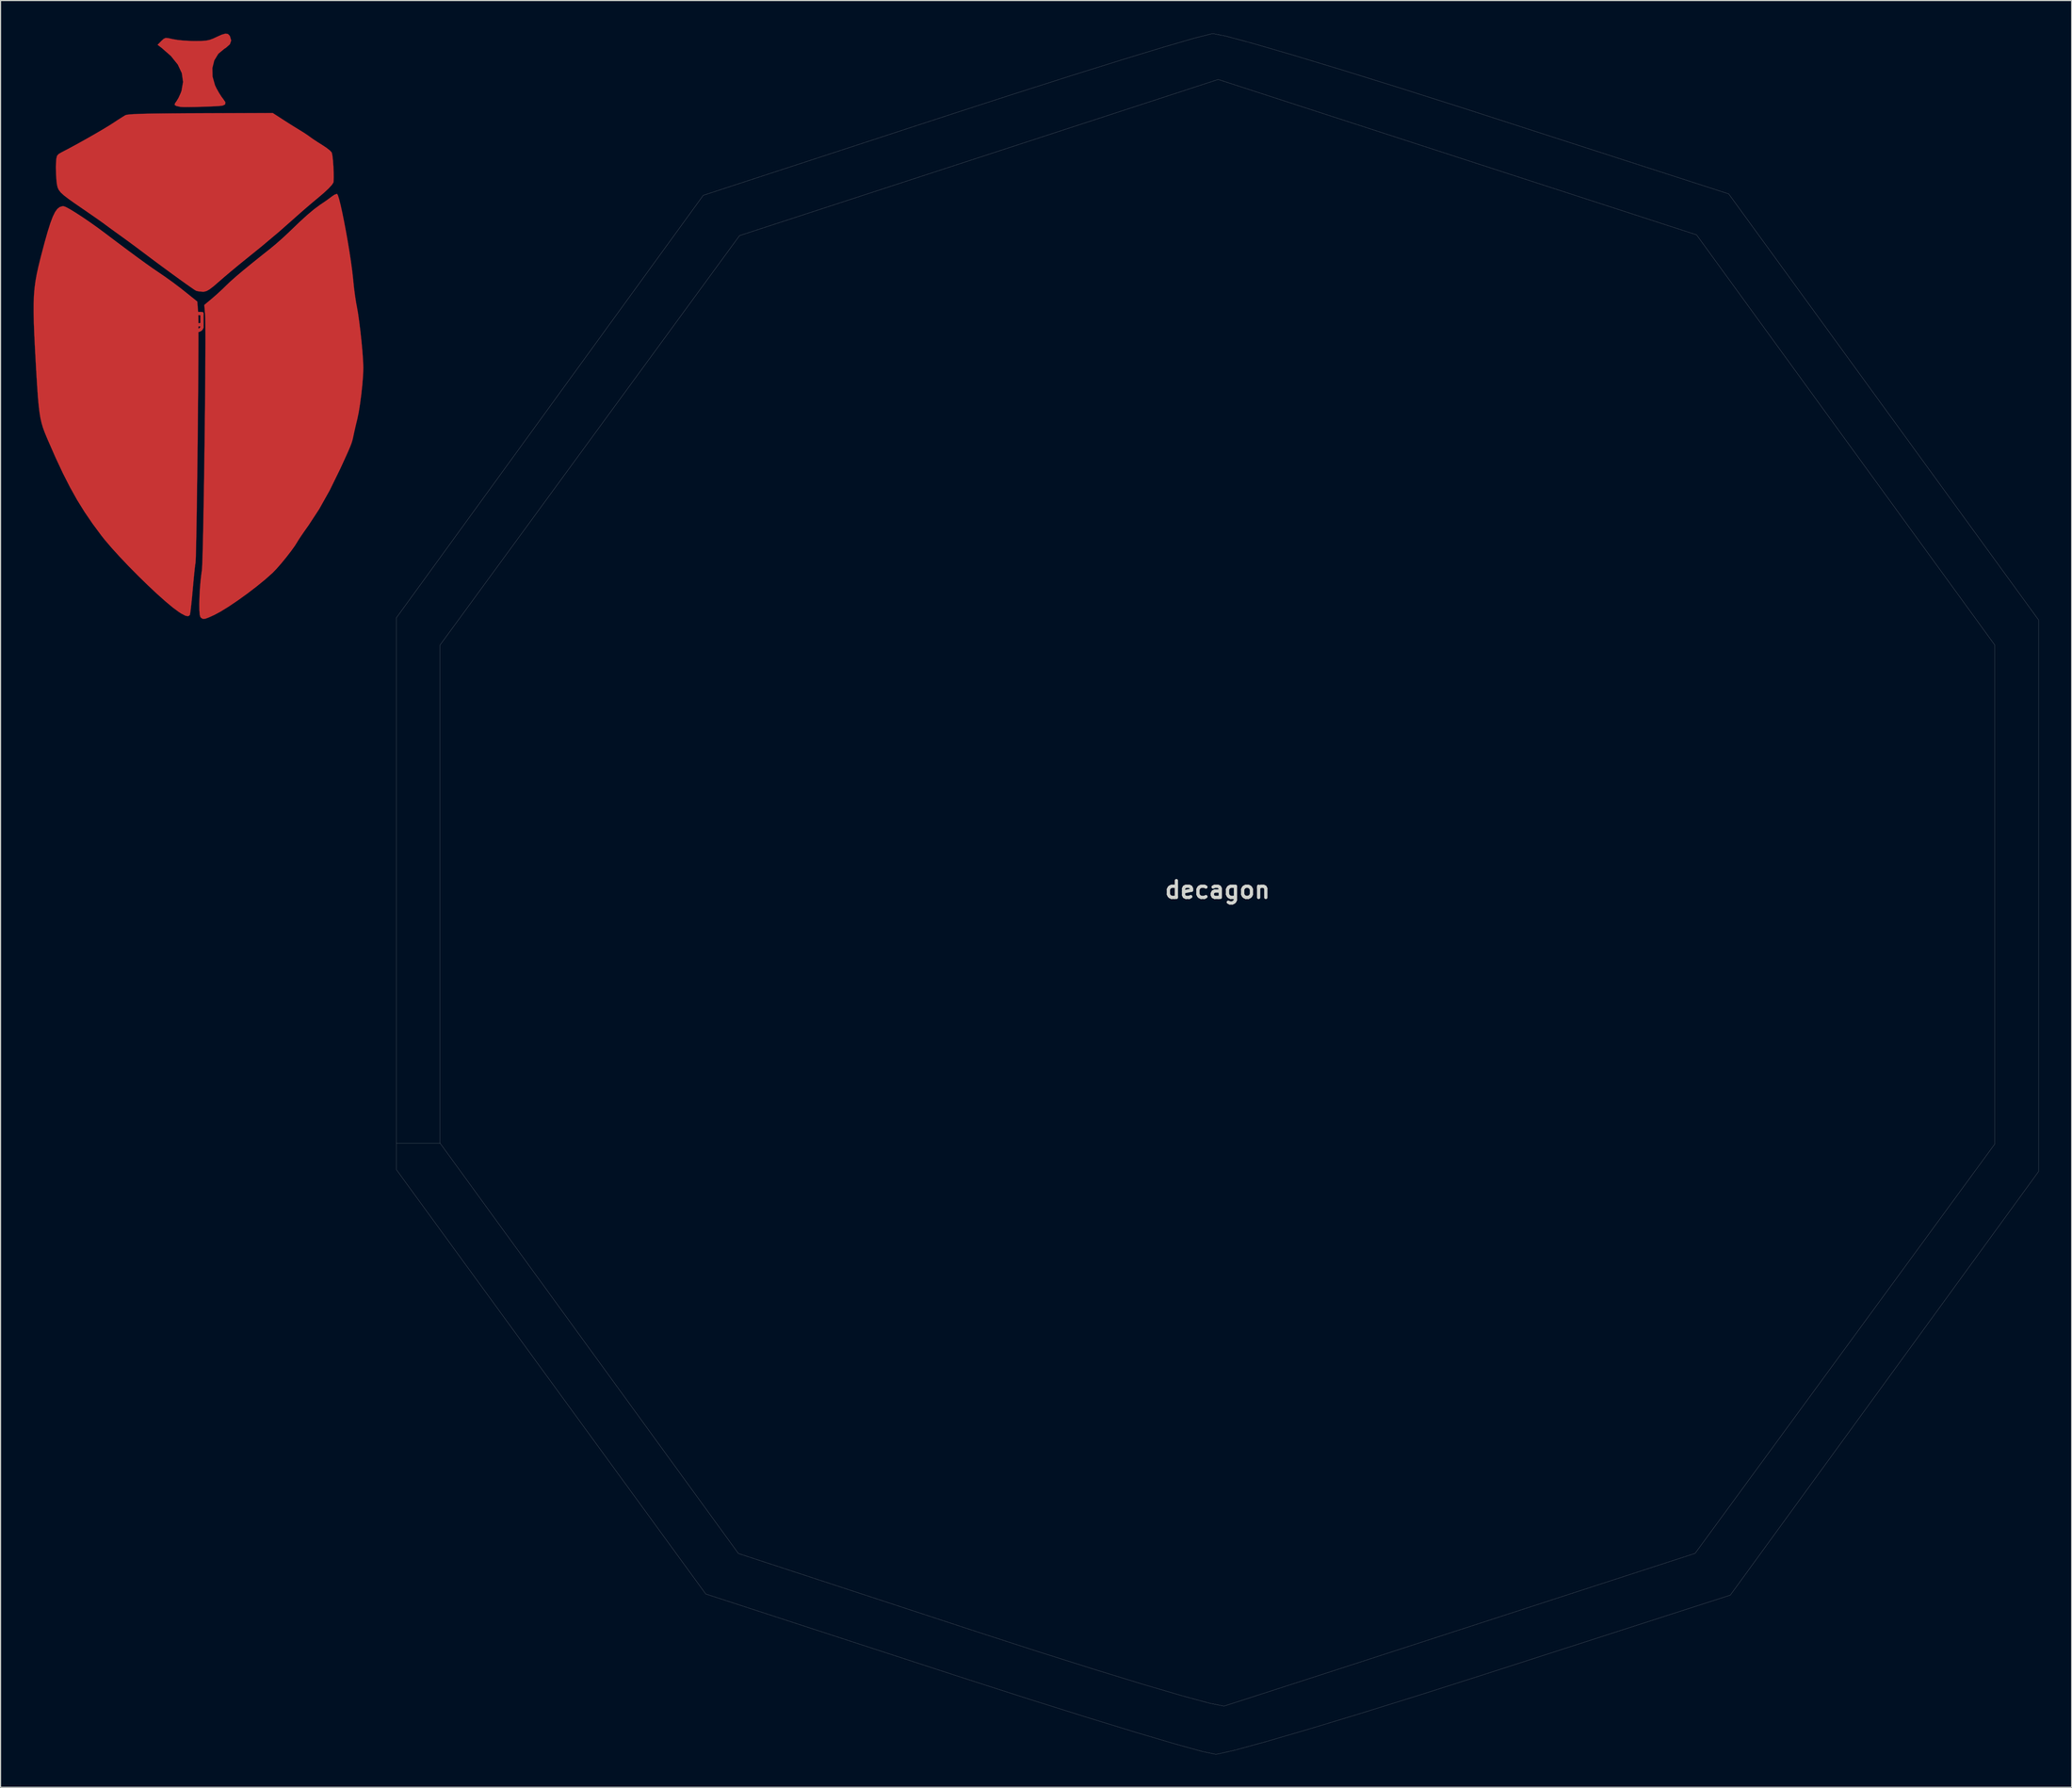
<source format=kicad_pcb>
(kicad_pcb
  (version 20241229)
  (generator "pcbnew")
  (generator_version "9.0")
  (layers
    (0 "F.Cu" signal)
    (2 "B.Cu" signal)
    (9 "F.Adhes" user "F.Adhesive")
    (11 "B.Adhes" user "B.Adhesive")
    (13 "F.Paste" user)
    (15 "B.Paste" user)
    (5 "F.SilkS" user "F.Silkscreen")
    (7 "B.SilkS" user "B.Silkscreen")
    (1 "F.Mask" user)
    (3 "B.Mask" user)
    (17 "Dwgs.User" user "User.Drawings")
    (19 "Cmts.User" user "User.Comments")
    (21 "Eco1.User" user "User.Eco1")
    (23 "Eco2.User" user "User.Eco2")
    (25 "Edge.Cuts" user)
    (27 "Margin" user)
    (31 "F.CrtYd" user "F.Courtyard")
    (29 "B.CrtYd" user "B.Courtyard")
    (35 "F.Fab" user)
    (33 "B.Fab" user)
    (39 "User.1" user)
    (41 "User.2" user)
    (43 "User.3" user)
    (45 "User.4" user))
  (footprint "bugv2"
    (layer "F.Cu")
    (at 14.908 25.766)
    (property "Reference" "bugv2" (at 0 0 0) (layer "F.Cu") (effects (font (size 1.524 1.524) (thickness 0.3))))
    (attr through_hole)
    (fp_poly (pts (xy 2.758 -25.728) (xy 2.914 -25.566) (xy 2.939 -25.521) (xy 3.051 -25.135) (xy 2.932 -24.793) (xy 2.572 -24.472) (xy 2.425 -24.382) (xy 1.881 -23.93) (xy 1.516 -23.331) (xy 1.338 -22.626) (xy 1.357 -21.859) (xy 1.58 -21.072) (xy 1.705 -20.805) (xy 1.942 -20.381) (xy 2.176 -20.016) (xy 2.311 -19.84) (xy 2.522 -19.534) (xy 2.498 -19.328) (xy 2.266 -19.22) (xy 2.004 -19.19) (xy 1.558 -19.16) (xy 0.988 -19.134) (xy 0.356 -19.112) (xy -0.278 -19.097) (xy -0.851 -19.09) (xy -1.303 -19.092) (xy -1.572 -19.106) (xy -1.595 -19.11) (xy -1.954 -19.194) (xy -2.093 -19.29) (xy -2.046 -19.444) (xy -1.932 -19.599) (xy -1.739 -19.916) (xy -1.542 -20.349) (xy -1.461 -20.569) (xy -1.321 -21.373) (xy -1.434 -22.168) (xy -1.803 -22.952) (xy -2.425 -23.727) (xy -3.271 -24.467) (xy -3.638 -24.746) (xy -3.3 -25.089) (xy -3.094 -25.282) (xy -2.916 -25.365) (xy -2.673 -25.353) (xy -2.279 -25.264) (xy -1.841 -25.188) (xy -1.248 -25.128) (xy -0.601 -25.093) (xy -0.319 -25.088) (xy 0.298 -25.092) (xy 0.74 -25.121) (xy 1.085 -25.19) (xy 1.415 -25.311) (xy 1.672 -25.432) (xy 2.185 -25.664) (xy 2.531 -25.761) (xy 2.758 -25.728)) (stroke (width 0.01) (type solid)) (fill yes) (layer "F.Cu"))
    (fp_poly (pts (xy 7.796 -17.921) (xy 8.31 -17.592) (xy 8.817 -17.275) (xy 9.224 -17.025) (xy 9.306 -16.976) (xy 9.713 -16.723) (xy 10.086 -16.469) (xy 10.19 -16.392) (xy 10.474 -16.189) (xy 10.887 -15.917) (xy 11.319 -15.645) (xy 11.721 -15.379) (xy 12.031 -15.134) (xy 12.187 -14.96) (xy 12.19 -14.953) (xy 12.247 -14.688) (xy 12.298 -14.248) (xy 12.338 -13.711) (xy 12.364 -13.157) (xy 12.37 -12.665) (xy 12.353 -12.314) (xy 12.34 -12.235) (xy 12.207 -12.024) (xy 11.904 -11.695) (xy 11.463 -11.284) (xy 11.024 -10.91) (xy 10.424 -10.409) (xy 9.778 -9.857) (xy 9.176 -9.332) (xy 8.818 -9.012) (xy 7.42 -7.778) (xy 5.824 -6.436) (xy 4.349 -5.243) (xy 3.719 -4.733) (xy 3.041 -4.171) (xy 2.401 -3.629) (xy 1.945 -3.233) (xy 1.447 -2.803) (xy 1.084 -2.526) (xy 0.811 -2.371) (xy 0.582 -2.311) (xy 0.477 -2.308) (xy 0.126 -2.337) (xy -0.128 -2.391) (xy -0.287 -2.487) (xy -0.62 -2.715) (xy -1.095 -3.05) (xy -1.681 -3.47) (xy -2.347 -3.953) (xy -3.062 -4.477) (xy -3.794 -5.018) (xy -4.513 -5.555) (xy -5.088 -5.988) (xy -5.647 -6.406) (xy -6.296 -6.884) (xy -6.917 -7.335) (xy -7.067 -7.443) (xy -7.549 -7.79) (xy -7.986 -8.107) (xy -8.315 -8.349) (xy -8.424 -8.432) (xy -8.639 -8.589) (xy -9.019 -8.858) (xy -9.52 -9.207) (xy -10.095 -9.605) (xy -10.406 -9.818) (xy -11.161 -10.338) (xy -11.732 -10.743) (xy -12.147 -11.061) (xy -12.432 -11.322) (xy -12.615 -11.555) (xy -12.723 -11.788) (xy -12.783 -12.051) (xy -12.823 -12.372) (xy -12.825 -12.396) (xy -12.866 -12.992) (xy -12.878 -13.633) (xy -12.869 -13.976) (xy -12.838 -14.406) (xy -12.773 -14.661) (xy -12.631 -14.824) (xy -12.368 -14.975) (xy -12.317 -15.001) (xy -11.683 -15.332) (xy -10.941 -15.734) (xy -10.149 -16.175) (xy -9.366 -16.621) (xy -8.649 -17.039) (xy -8.057 -17.397) (xy -7.732 -17.603) (xy -7.282 -17.898) (xy -6.881 -18.155) (xy -6.603 -18.326) (xy -6.564 -18.349) (xy -6.435 -18.387) (xy -6.183 -18.42) (xy -5.791 -18.447) (xy -5.242 -18.47) (xy -4.52 -18.489) (xy -3.608 -18.503) (xy -2.49 -18.514) (xy -1.147 -18.523) (xy 0.275 -18.528) (xy 6.829 -18.547) (xy 7.796 -17.921)) (stroke (width 0.01) (type solid)) (fill yes) (layer "F.Cu"))
    (fp_poly (pts (xy -11.98 -10.011) (xy -11.603 -9.808) (xy -11.094 -9.497) (xy -10.486 -9.103) (xy -9.817 -8.648) (xy -9.121 -8.154) (xy -8.433 -7.646) (xy -8.365 -7.594) (xy -7.334 -6.816) (xy -6.36 -6.088) (xy -5.475 -5.435) (xy -4.71 -4.88) (xy -4.097 -4.446) (xy -3.829 -4.263) (xy -2.977 -3.682) (xy -2.25 -3.162) (xy -1.552 -2.634) (xy -0.935 -2.145) (xy -0.031 -1.418) (xy 0.056 -0.358) (xy 0.066 -0.093) (xy 0.072 0.395) (xy 0.075 1.085) (xy 0.075 1.954) (xy 0.072 2.978) (xy 0.066 4.136) (xy 0.057 5.404) (xy 0.047 6.761) (xy 0.034 8.183) (xy 0.02 9.647) (xy 0.005 11.132) (xy -0.012 12.615) (xy -0.03 14.072) (xy -0.048 15.481) (xy -0.067 16.821) (xy -0.086 18.067) (xy -0.105 19.198) (xy -0.124 20.19) (xy -0.142 21.021) (xy -0.159 21.67) (xy -0.176 22.112) (xy -0.191 22.325) (xy -0.193 22.337) (xy -0.222 22.522) (xy -0.268 22.916) (xy -0.325 23.473) (xy -0.389 24.148) (xy -0.442 24.74) (xy -0.509 25.469) (xy -0.575 26.11) (xy -0.634 26.62) (xy -0.681 26.956) (xy -0.708 27.069) (xy -0.857 27.175) (xy -1.106 27.13) (xy -1.493 26.926) (xy -1.695 26.796) (xy -2.24 26.395) (xy -2.916 25.832) (xy -3.689 25.143) (xy -4.524 24.36) (xy -5.387 23.518) (xy -6.245 22.651) (xy -7.061 21.791) (xy -7.804 20.974) (xy -8.437 20.233) (xy -8.743 19.848) (xy -9.543 18.768) (xy -10.27 17.704) (xy -10.948 16.611) (xy -11.598 15.449) (xy -12.246 14.175) (xy -12.915 12.745) (xy -13.629 11.119) (xy -13.729 10.882) (xy -13.911 10.439) (xy -14.061 10.025) (xy -14.184 9.604) (xy -14.287 9.145) (xy -14.373 8.613) (xy -14.447 7.975) (xy -14.516 7.198) (xy -14.582 6.248) (xy -14.653 5.093) (xy -14.689 4.467) (xy -14.773 2.942) (xy -14.838 1.639) (xy -14.882 0.528) (xy -14.903 -0.423) (xy -14.9 -1.247) (xy -14.872 -1.974) (xy -14.818 -2.637) (xy -14.734 -3.267) (xy -14.621 -3.896) (xy -14.477 -4.555) (xy -14.3 -5.276) (xy -14.223 -5.577) (xy -13.905 -6.782) (xy -13.628 -7.76) (xy -13.385 -8.532) (xy -13.164 -9.121) (xy -12.955 -9.547) (xy -12.749 -9.834) (xy -12.536 -10.003) (xy -12.306 -10.076) (xy -12.188 -10.083) (xy -11.98 -10.011)) (stroke (width 0.01) (type solid)) (fill yes) (layer "F.Cu"))
    (fp_poly (pts (xy 12.673 -11.199) (xy 12.754 -11.057) (xy 12.866 -10.698) (xy 13.001 -10.158) (xy 13.152 -9.472) (xy 13.313 -8.676) (xy 13.478 -7.805) (xy 13.64 -6.895) (xy 13.791 -5.982) (xy 13.926 -5.101) (xy 14.038 -4.288) (xy 14.119 -3.578) (xy 14.138 -3.382) (xy 14.21 -2.68) (xy 14.305 -1.95) (xy 14.405 -1.303) (xy 14.459 -1.021) (xy 14.571 -0.39) (xy 14.686 0.411) (xy 14.798 1.314) (xy 14.898 2.25) (xy 14.98 3.151) (xy 15.035 3.949) (xy 15.058 4.575) (xy 15.059 4.659) (xy 15.033 5.332) (xy 14.968 6.149) (xy 14.874 7.03) (xy 14.76 7.896) (xy 14.636 8.666) (xy 14.511 9.263) (xy 14.509 9.271) (xy 14.372 9.831) (xy 14.237 10.426) (xy 14.177 10.705) (xy 14.12 10.975) (xy 14.062 11.212) (xy 13.985 11.456) (xy 13.874 11.747) (xy 13.713 12.125) (xy 13.486 12.632) (xy 13.178 13.306) (xy 12.958 13.785) (xy 12.007 15.728) (xy 11.051 17.433) (xy 10.08 18.917) (xy 10.04 18.973) (xy 9.691 19.467) (xy 9.385 19.912) (xy 9.162 20.251) (xy 9.074 20.398) (xy 8.844 20.766) (xy 8.489 21.26) (xy 8.058 21.816) (xy 7.602 22.372) (xy 7.17 22.867) (xy 6.811 23.238) (xy 6.81 23.239) (xy 6.141 23.834) (xy 5.356 24.474) (xy 4.506 25.124) (xy 3.642 25.746) (xy 2.815 26.303) (xy 2.077 26.758) (xy 1.527 27.052) (xy 1.029 27.28) (xy 0.703 27.4) (xy 0.494 27.419) (xy 0.347 27.347) (xy 0.251 27.246) (xy 0.193 27.04) (xy 0.161 26.632) (xy 0.154 26.07) (xy 0.171 25.406) (xy 0.209 24.691) (xy 0.268 23.975) (xy 0.345 23.308) (xy 0.385 23.039) (xy 0.406 22.794) (xy 0.428 22.317) (xy 0.45 21.631) (xy 0.474 20.759) (xy 0.498 19.725) (xy 0.522 18.551) (xy 0.545 17.262) (xy 0.569 15.879) (xy 0.591 14.427) (xy 0.613 12.928) (xy 0.633 11.406) (xy 0.651 9.884) (xy 0.668 8.385) (xy 0.682 6.932) (xy 0.693 5.548) (xy 0.702 4.258) (xy 0.708 3.083) (xy 0.71 2.047) (xy 0.708 1.173) (xy 0.703 0.485) (xy 0.693 0.005) (xy 0.682 -0.203) (xy 0.607 -1.107) (xy 1.283 -1.671) (xy 1.752 -2.079) (xy 2.265 -2.553) (xy 2.607 -2.886) (xy 2.987 -3.248) (xy 3.495 -3.698) (xy 4.15 -4.25) (xy 4.968 -4.919) (xy 5.965 -5.717) (xy 6.611 -6.228) (xy 7.098 -6.632) (xy 7.668 -7.133) (xy 8.224 -7.647) (xy 8.424 -7.84) (xy 9.275 -8.657) (xy 9.988 -9.305) (xy 10.591 -9.81) (xy 11.113 -10.196) (xy 11.232 -10.276) (xy 11.645 -10.556) (xy 12.034 -10.838) (xy 12.174 -10.947) (xy 12.447 -11.13) (xy 12.65 -11.202) (xy 12.673 -11.199)) (stroke (width 0.01) (type solid)) (fill yes) (layer "F.Cu")))
  (footprint "decagon"
    (layer "F.Cu")
    (at 107.589 77.8)
    (property "Reference" "decagon" (at 0 0 0) (layer "Edge.Cuts") (effects (font (size 1.524 1.524) (thickness 0.3))))
    (attr through_hole)
    (fp_poly (pts (xy 0.738 -77.573) (xy 3.179 -76.917) (xy 6.725 -75.885) (xy 11.173 -74.539) (xy 16.321 -72.938) (xy 21.968 -71.144) (xy 23.823 -70.546) (xy 46.455 -63.234) (xy 60.534 -43.879) (xy 74.612 -24.525) (xy 74.612 25.596) (xy 60.605 44.841) (xy 46.598 64.085) (xy 24.104 71.333) (xy 18.346 73.168) (xy 13.012 74.83) (xy 8.306 76.256) (xy 4.434 77.388) (xy 1.601 78.163) (xy 0.011 78.521) (xy -0.187 78.538) (xy -1.38 78.288) (xy -3.874 77.6) (xy -7.462 76.538) (xy -11.939 75.163) (xy -17.098 73.54) (xy -22.734 71.729) (xy -24.244 71.238) (xy -46.504 63.98) (xy -60.558 44.706) (xy -74.612 25.432) (xy -74.612 0.386) (xy -70.644 0.386) (xy -70.644 23.024) (xy -57.091 41.661) (xy -43.538 60.299) (xy -21.967 67.377) (xy -16.381 69.189) (xy -11.261 70.807) (xy -6.808 72.174) (xy -3.221 73.227) (xy -0.702 73.908) (xy 0.55 74.156) (xy 0.627 74.15) (xy 1.626 73.833) (xy 3.929 73.091) (xy 7.333 71.991) (xy 11.631 70.6) (xy 16.619 68.983) (xy 22.092 67.207) (xy 22.527 67.066) (xy 43.403 60.287) (xy 57.024 41.684) (xy 70.644 23.082) (xy 70.644 -22.23) (xy 57.088 -40.872) (xy 43.532 -59.514) (xy 21.797 -66.572) (xy 0.062 -73.63) (xy -21.686 -66.536) (xy -43.433 -59.443) (xy -70.644 -22.251) (xy -70.644 0.386) (xy -74.612 0.386) (xy -74.612 -24.726) (xy -46.731 -63.103) (xy -24.358 -70.417) (xy -18.63 -72.274) (xy -13.338 -73.962) (xy -8.682 -75.418) (xy -4.868 -76.58) (xy -2.097 -77.385) (xy -0.573 -77.77) (xy -0.397 -77.795) (xy 0.738 -77.573)) (stroke (width 0.01) (type solid)) (fill no) (layer "Edge.Cuts")))
  (gr_rect
    (start -3 -3)
    (end 185.207 159.343)
    (stroke (width 0.1) (type default))
    (fill no)
    (layer "Edge.Cuts")))
</source>
